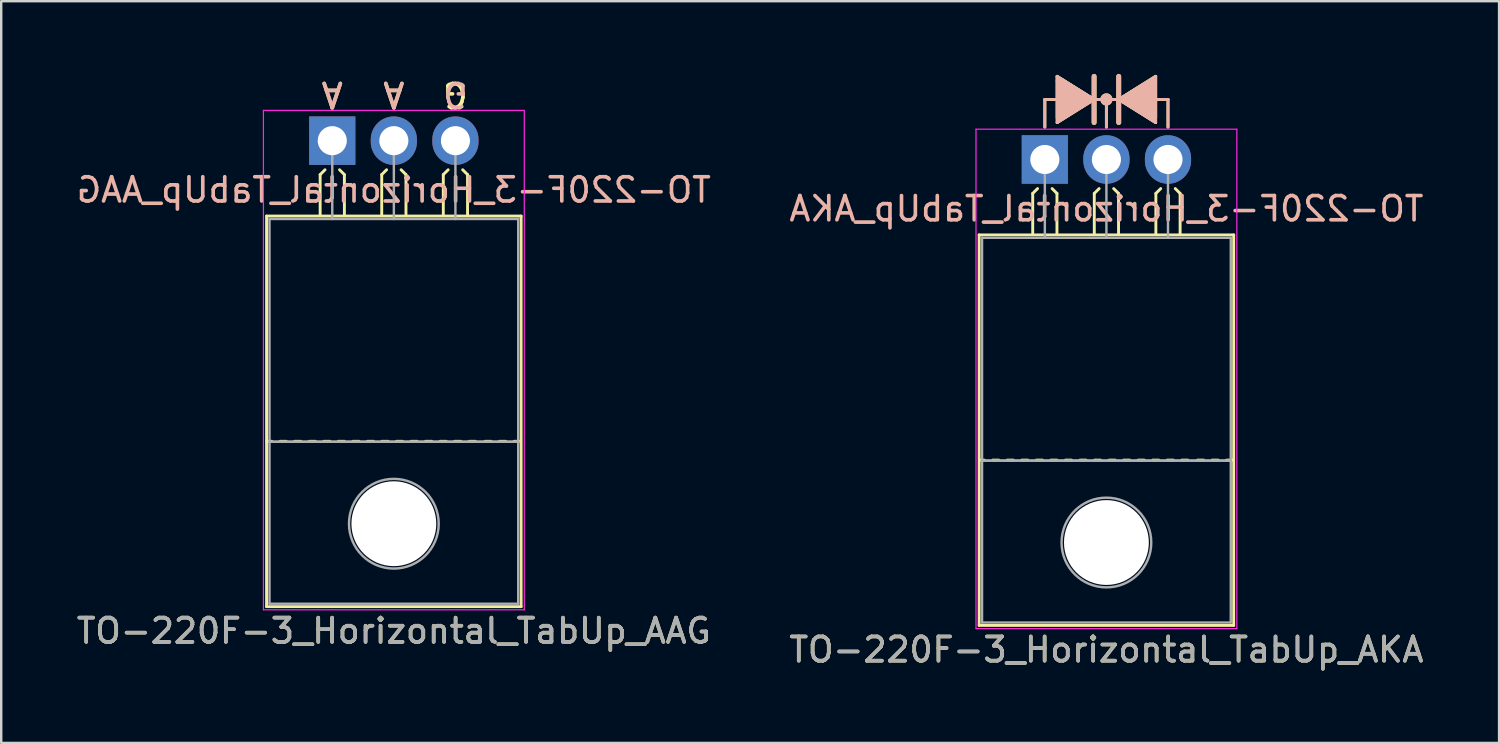
<source format=kicad_pcb>
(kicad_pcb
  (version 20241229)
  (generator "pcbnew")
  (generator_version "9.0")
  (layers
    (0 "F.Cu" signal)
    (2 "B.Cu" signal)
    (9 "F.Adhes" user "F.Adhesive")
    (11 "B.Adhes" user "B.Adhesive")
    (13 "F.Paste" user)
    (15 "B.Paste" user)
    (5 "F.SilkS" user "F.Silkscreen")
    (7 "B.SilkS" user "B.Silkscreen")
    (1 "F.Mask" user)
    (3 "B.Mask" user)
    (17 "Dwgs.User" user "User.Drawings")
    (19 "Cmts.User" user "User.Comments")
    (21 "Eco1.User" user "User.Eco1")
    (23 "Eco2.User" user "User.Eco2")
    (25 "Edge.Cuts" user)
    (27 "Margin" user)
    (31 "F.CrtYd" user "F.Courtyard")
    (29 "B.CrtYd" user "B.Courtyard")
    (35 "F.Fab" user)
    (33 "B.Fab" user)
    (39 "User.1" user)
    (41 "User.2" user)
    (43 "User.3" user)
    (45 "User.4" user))
  (footprint "TO-220F-3_Horizontal_TabUp_AKA"
    (layer "F.Cu")
    (at 40.049 3.529)
    (property "Reference" "TO-220F-3_Horizontal_TabUp_AKA" (at 2.54 20.22 0) (layer "F.SilkS") (effects (font (size 1 1) (thickness 0.15))))
    (fp_line (start -2.71 19.22) (end -2.71 3.11) (stroke (width 0.12) (type solid)) (layer "F.SilkS"))
    (fp_line (start -2.5 12.4) (end -2.7 12.4) (stroke (width 0.12) (type solid)) (layer "F.SilkS"))
    (fp_line (start -1.9 12.4) (end -2.15 12.4) (stroke (width 0.12) (type solid)) (layer "F.SilkS"))
    (fp_line (start -1.3 12.4) (end -1.55 12.4) (stroke (width 0.12) (type solid)) (layer "F.SilkS"))
    (fp_line (start -0.7 12.4) (end -0.95 12.4) (stroke (width 0.12) (type solid)) (layer "F.SilkS"))
    (fp_line (start -0.5 1.4) (end -0.3 1.2) (stroke (width 0.12) (type solid)) (layer "F.SilkS"))
    (fp_line (start -0.5 3.048) (end -0.5 1.4) (stroke (width 0.12) (type solid)) (layer "F.SilkS"))
    (fp_line (start -0.1 12.4) (end -0.35 12.4) (stroke (width 0.12) (type solid)) (layer "F.SilkS"))
    (fp_line (start 0 -2.477) (end 0.508 -2.477) (stroke (width 0.12) (type solid)) (layer "F.SilkS"))
    (fp_line (start 0 -1.333) (end 0 -2.477) (stroke (width 0.12) (type solid)) (layer "F.SilkS"))
    (fp_line (start 0.5 1.4) (end 0.3 1.2) (stroke (width 0.12) (type solid)) (layer "F.SilkS"))
    (fp_line (start 0.5 3.048) (end 0.5 1.4) (stroke (width 0.12) (type solid)) (layer "F.SilkS"))
    (fp_line (start 0.5 12.4) (end 0.25 12.4) (stroke (width 0.12) (type solid)) (layer "F.SilkS"))
    (fp_line (start 0.508 -3.429) (end 0.508 -1.524) (stroke (width 0.12) (type solid)) (layer "F.SilkS"))
    (fp_line (start 0.508 -1.524) (end 2.032 -2.477) (stroke (width 0.12) (type solid)) (layer "F.SilkS"))
    (fp_line (start 1.1 12.4) (end 0.85 12.4) (stroke (width 0.12) (type solid)) (layer "F.SilkS"))
    (fp_line (start 1.7 12.4) (end 1.45 12.4) (stroke (width 0.12) (type solid)) (layer "F.SilkS"))
    (fp_line (start 2.032 -2.477) (end 0.508 -3.429) (stroke (width 0.12) (type solid)) (layer "F.SilkS"))
    (fp_line (start 2.032 -1.524) (end 2.032 -3.429) (stroke (width 0.2) (type solid)) (layer "F.SilkS"))
    (fp_line (start 2.04 1.4) (end 2.24 1.2) (stroke (width 0.12) (type solid)) (layer "F.SilkS"))
    (fp_line (start 2.04 3.048) (end 2.04 1.4) (stroke (width 0.12) (type solid)) (layer "F.SilkS"))
    (fp_line (start 2.3 12.4) (end 2.05 12.4) (stroke (width 0.12) (type solid)) (layer "F.SilkS"))
    (fp_line (start 2.54 -2.477) (end 2.032 -2.477) (stroke (width 0.12) (type solid)) (layer "F.SilkS"))
    (fp_line (start 2.54 -2.477) (end 3.048 -2.477) (stroke (width 0.12) (type solid)) (layer "F.SilkS"))
    (fp_line (start 2.54 -1.333) (end 2.54 -2.477) (stroke (width 0.12) (type solid)) (layer "F.SilkS"))
    (fp_line (start 2.9 12.4) (end 2.65 12.4) (stroke (width 0.12) (type solid)) (layer "F.SilkS"))
    (fp_line (start 3.04 1.4) (end 2.84 1.2) (stroke (width 0.12) (type solid)) (layer "F.SilkS"))
    (fp_line (start 3.04 3.048) (end 3.04 1.4) (stroke (width 0.12) (type solid)) (layer "F.SilkS"))
    (fp_line (start 3.048 -3.429) (end 3.048 -1.524) (stroke (width 0.2) (type solid)) (layer "F.SilkS"))
    (fp_line (start 3.048 -2.477) (end 4.572 -3.429) (stroke (width 0.12) (type solid)) (layer "F.SilkS"))
    (fp_line (start 3.048 -2.477) (end 4.572 -1.524) (stroke (width 0.12) (type solid)) (layer "F.SilkS"))
    (fp_line (start 3.5 12.4) (end 3.25 12.4) (stroke (width 0.12) (type solid)) (layer "F.SilkS"))
    (fp_line (start 4.1 12.4) (end 3.85 12.4) (stroke (width 0.12) (type solid)) (layer "F.SilkS"))
    (fp_line (start 4.572 -3.239) (end 4.572 -3.429) (stroke (width 0.12) (type solid)) (layer "F.SilkS"))
    (fp_line (start 4.572 -1.714) (end 4.572 -3.239) (stroke (width 0.12) (type solid)) (layer "F.SilkS"))
    (fp_line (start 4.58 1.4) (end 4.78 1.2) (stroke (width 0.12) (type solid)) (layer "F.SilkS"))
    (fp_line (start 4.58 3.048) (end 4.58 1.4) (stroke (width 0.12) (type solid)) (layer "F.SilkS"))
    (fp_line (start 4.7 12.4) (end 4.45 12.4) (stroke (width 0.12) (type solid)) (layer "F.SilkS"))
    (fp_line (start 5.08 -2.477) (end 4.572 -2.477) (stroke (width 0.12) (type solid)) (layer "F.SilkS"))
    (fp_line (start 5.08 -1.333) (end 5.08 -2.477) (stroke (width 0.12) (type solid)) (layer "F.SilkS"))
    (fp_line (start 5.3 12.4) (end 5.05 12.4) (stroke (width 0.12) (type solid)) (layer "F.SilkS"))
    (fp_line (start 5.58 1.4) (end 5.38 1.2) (stroke (width 0.12) (type solid)) (layer "F.SilkS"))
    (fp_line (start 5.58 3.048) (end 5.58 1.4) (stroke (width 0.12) (type solid)) (layer "F.SilkS"))
    (fp_line (start 5.9 12.4) (end 5.65 12.4) (stroke (width 0.12) (type solid)) (layer "F.SilkS"))
    (fp_line (start 6.55 12.4) (end 6.3 12.4) (stroke (width 0.12) (type solid)) (layer "F.SilkS"))
    (fp_line (start 7.15 12.4) (end 6.9 12.4) (stroke (width 0.12) (type solid)) (layer "F.SilkS"))
    (fp_line (start 7.75 12.4) (end 7.5 12.4) (stroke (width 0.12) (type solid)) (layer "F.SilkS"))
    (fp_line (start 7.79 3.11) (end -2.71 3.11) (stroke (width 0.12) (type solid)) (layer "F.SilkS"))
    (fp_line (start 7.79 19.22) (end -2.71 19.22) (stroke (width 0.12) (type solid)) (layer "F.SilkS"))
    (fp_line (start 7.79 19.22) (end 7.79 3.11) (stroke (width 0.12) (type solid)) (layer "F.SilkS"))
    (fp_circle (center 2.54 -2.477) (end 2.54 -2.667) (stroke (width 0.12) (type solid)) (fill no) (layer "F.SilkS"))
    (fp_circle (center 2.54 -2.477) (end 2.54 -2.603) (stroke (width 0.12) (type solid)) (fill no) (layer "F.SilkS"))
    (fp_circle (center 2.54 -2.477) (end 2.54 -2.54) (stroke (width 0.12) (type solid)) (fill no) (layer "F.SilkS"))
    (fp_poly (pts (xy 0.508 -3.429) (xy 2.032 -2.477) (xy 0.508 -1.524)) (stroke (width 0.1) (type solid)) (fill yes) (layer "F.SilkS"))
    (fp_poly (pts (xy 3.048 -2.477) (xy 4.572 -3.429) (xy 4.572 -1.524)) (stroke (width 0.1) (type solid)) (fill yes) (layer "F.SilkS"))
    (fp_line (start 0 -2.477) (end 0.508 -2.477) (stroke (width 0.12) (type solid)) (layer "B.SilkS"))
    (fp_line (start 0 -1.333) (end 0 -2.477) (stroke (width 0.12) (type solid)) (layer "B.SilkS"))
    (fp_line (start 0.508 -3.239) (end 0.508 -3.429) (stroke (width 0.12) (type solid)) (layer "B.SilkS"))
    (fp_line (start 0.508 -1.714) (end 0.508 -3.239) (stroke (width 0.12) (type solid)) (layer "B.SilkS"))
    (fp_line (start 2.032 -3.429) (end 2.032 -1.524) (stroke (width 0.2) (type solid)) (layer "B.SilkS"))
    (fp_line (start 2.032 -2.477) (end 0.508 -3.429) (stroke (width 0.12) (type solid)) (layer "B.SilkS"))
    (fp_line (start 2.032 -2.477) (end 0.508 -1.524) (stroke (width 0.12) (type solid)) (layer "B.SilkS"))
    (fp_line (start 2.54 -2.477) (end 2.032 -2.477) (stroke (width 0.12) (type solid)) (layer "B.SilkS"))
    (fp_line (start 2.54 -2.477) (end 3.048 -2.477) (stroke (width 0.12) (type solid)) (layer "B.SilkS"))
    (fp_line (start 2.54 -1.333) (end 2.54 -2.477) (stroke (width 0.12) (type solid)) (layer "B.SilkS"))
    (fp_line (start 3.048 -2.477) (end 4.572 -3.429) (stroke (width 0.12) (type solid)) (layer "B.SilkS"))
    (fp_line (start 3.048 -1.524) (end 3.048 -3.429) (stroke (width 0.2) (type solid)) (layer "B.SilkS"))
    (fp_line (start 4.572 -3.429) (end 4.572 -1.524) (stroke (width 0.12) (type solid)) (layer "B.SilkS"))
    (fp_line (start 4.572 -1.524) (end 3.048 -2.477) (stroke (width 0.12) (type solid)) (layer "B.SilkS"))
    (fp_line (start 5.08 -2.477) (end 4.572 -2.477) (stroke (width 0.12) (type solid)) (layer "B.SilkS"))
    (fp_line (start 5.08 -1.333) (end 5.08 -2.477) (stroke (width 0.12) (type solid)) (layer "B.SilkS"))
    (fp_circle (center 2.54 -2.477) (end 2.54 -2.667) (stroke (width 0.12) (type solid)) (fill no) (layer "B.SilkS"))
    (fp_circle (center 2.54 -2.477) (end 2.54 -2.603) (stroke (width 0.12) (type solid)) (fill no) (layer "B.SilkS"))
    (fp_circle (center 2.54 -2.477) (end 2.54 -2.54) (stroke (width 0.12) (type solid)) (fill no) (layer "B.SilkS"))
    (fp_poly (pts (xy 2.032 -2.477) (xy 0.508 -3.429) (xy 0.508 -1.524)) (stroke (width 0.1) (type solid)) (fill yes) (layer "B.SilkS"))
    (fp_poly (pts (xy 4.572 -3.429) (xy 3.048 -2.477) (xy 4.572 -1.524)) (stroke (width 0.1) (type solid)) (fill yes) (layer "B.SilkS"))
    (fp_line (start -2.84 -1.25) (end -2.84 19.35) (stroke (width 0.05) (type solid)) (layer "F.CrtYd"))
    (fp_line (start -2.84 19.35) (end 7.92 19.35) (stroke (width 0.05) (type solid)) (layer "F.CrtYd"))
    (fp_line (start 7.92 -1.25) (end -2.84 -1.25) (stroke (width 0.05) (type solid)) (layer "F.CrtYd"))
    (fp_line (start 7.92 19.35) (end 7.92 -1.25) (stroke (width 0.05) (type solid)) (layer "F.CrtYd"))
    (fp_line (start -2.59 3.23) (end -2.59 12.42) (stroke (width 0.1) (type solid)) (layer "F.Fab"))
    (fp_line (start -2.59 12.42) (end -2.59 19.1) (stroke (width 0.1) (type solid)) (layer "F.Fab"))
    (fp_line (start -2.59 12.42) (end 7.67 12.42) (stroke (width 0.1) (type solid)) (layer "F.Fab"))
    (fp_line (start -2.59 19.1) (end 7.67 19.1) (stroke (width 0.1) (type solid)) (layer "F.Fab"))
    (fp_line (start 0 3.23) (end 0 0) (stroke (width 0.1) (type solid)) (layer "F.Fab"))
    (fp_line (start 2.54 3.23) (end 2.54 0) (stroke (width 0.1) (type solid)) (layer "F.Fab"))
    (fp_line (start 5.08 3.23) (end 5.08 0) (stroke (width 0.1) (type solid)) (layer "F.Fab"))
    (fp_line (start 7.67 3.23) (end -2.59 3.23) (stroke (width 0.1) (type solid)) (layer "F.Fab"))
    (fp_line (start 7.67 12.42) (end -2.59 12.42) (stroke (width 0.1) (type solid)) (layer "F.Fab"))
    (fp_line (start 7.67 12.42) (end 7.67 3.23) (stroke (width 0.1) (type solid)) (layer "F.Fab"))
    (fp_line (start 7.67 19.1) (end 7.67 12.42) (stroke (width 0.1) (type solid)) (layer "F.Fab"))
    (fp_circle (center 2.54 15.8) (end 4.39 15.8) (stroke (width 0.1) (type solid)) (fill no) (layer "F.Fab"))
    (fp_text user "${REFERENCE}" (at 2.54 2.032 0) (layer "B.SilkS") (effects (font (size 1 1) (thickness 0.15)) (justify mirror)))
    (fp_text user "${REFERENCE}" (at 2.54 20.22 0) (layer "F.Fab") (effects (font (size 1 1) (thickness 0.15))))
    (pad "" np_thru_hole oval (at 2.54 15.8) (size 3.5 3.5) (drill 3.5) (layers "*.Cu" "*.Mask"))
    (pad "1" thru_hole rect (at 0 0) (size 1.905 2) (drill 1.2) (layers "*.Cu" "*.Mask"))
    (pad "2" thru_hole oval (at 2.54 0) (size 1.905 2) (drill 1.2) (layers "*.Cu" "*.Mask"))
    (pad "3" thru_hole oval (at 5.08 0) (size 1.905 2) (drill 1.2) (layers "*.Cu" "*.Mask")))
  (footprint "TO-220F-3_Horizontal_TabUp_AAG"
    (layer "F.Cu")
    (at 10.656 2.753)
    (property "Reference" "TO-220F-3_Horizontal_TabUp_AAG" (at 2.54 20.22 0) (layer "F.SilkS") (effects (font (size 1 1) (thickness 0.15))))
    (fp_line (start -2.71 19.22) (end -2.71 3.11) (stroke (width 0.12) (type solid)) (layer "F.SilkS"))
    (fp_line (start -2.5 12.4) (end -2.7 12.4) (stroke (width 0.12) (type solid)) (layer "F.SilkS"))
    (fp_line (start -1.9 12.4) (end -2.15 12.4) (stroke (width 0.12) (type solid)) (layer "F.SilkS"))
    (fp_line (start -1.3 12.4) (end -1.55 12.4) (stroke (width 0.12) (type solid)) (layer "F.SilkS"))
    (fp_line (start -0.7 12.4) (end -0.95 12.4) (stroke (width 0.12) (type solid)) (layer "F.SilkS"))
    (fp_line (start -0.5 1.4) (end -0.3 1.2) (stroke (width 0.12) (type solid)) (layer "F.SilkS"))
    (fp_line (start -0.5 3.048) (end -0.5 1.4) (stroke (width 0.12) (type solid)) (layer "F.SilkS"))
    (fp_line (start -0.1 12.4) (end -0.35 12.4) (stroke (width 0.12) (type solid)) (layer "F.SilkS"))
    (fp_line (start 0.5 1.4) (end 0.3 1.2) (stroke (width 0.12) (type solid)) (layer "F.SilkS"))
    (fp_line (start 0.5 3.048) (end 0.5 1.4) (stroke (width 0.12) (type solid)) (layer "F.SilkS"))
    (fp_line (start 0.5 12.4) (end 0.25 12.4) (stroke (width 0.12) (type solid)) (layer "F.SilkS"))
    (fp_line (start 1.1 12.4) (end 0.85 12.4) (stroke (width 0.12) (type solid)) (layer "F.SilkS"))
    (fp_line (start 1.7 12.4) (end 1.45 12.4) (stroke (width 0.12) (type solid)) (layer "F.SilkS"))
    (fp_line (start 2.04 1.4) (end 2.24 1.2) (stroke (width 0.12) (type solid)) (layer "F.SilkS"))
    (fp_line (start 2.04 3.048) (end 2.04 1.4) (stroke (width 0.12) (type solid)) (layer "F.SilkS"))
    (fp_line (start 2.3 12.4) (end 2.05 12.4) (stroke (width 0.12) (type solid)) (layer "F.SilkS"))
    (fp_line (start 2.9 12.4) (end 2.65 12.4) (stroke (width 0.12) (type solid)) (layer "F.SilkS"))
    (fp_line (start 3.04 1.4) (end 2.84 1.2) (stroke (width 0.12) (type solid)) (layer "F.SilkS"))
    (fp_line (start 3.04 3.048) (end 3.04 1.4) (stroke (width 0.12) (type solid)) (layer "F.SilkS"))
    (fp_line (start 3.5 12.4) (end 3.25 12.4) (stroke (width 0.12) (type solid)) (layer "F.SilkS"))
    (fp_line (start 4.1 12.4) (end 3.85 12.4) (stroke (width 0.12) (type solid)) (layer "F.SilkS"))
    (fp_line (start 4.58 1.4) (end 4.78 1.2) (stroke (width 0.12) (type solid)) (layer "F.SilkS"))
    (fp_line (start 4.58 3.048) (end 4.58 1.4) (stroke (width 0.12) (type solid)) (layer "F.SilkS"))
    (fp_line (start 4.7 12.4) (end 4.45 12.4) (stroke (width 0.12) (type solid)) (layer "F.SilkS"))
    (fp_line (start 5.3 12.4) (end 5.05 12.4) (stroke (width 0.12) (type solid)) (layer "F.SilkS"))
    (fp_line (start 5.58 1.4) (end 5.38 1.2) (stroke (width 0.12) (type solid)) (layer "F.SilkS"))
    (fp_line (start 5.58 3.048) (end 5.58 1.4) (stroke (width 0.12) (type solid)) (layer "F.SilkS"))
    (fp_line (start 5.9 12.4) (end 5.65 12.4) (stroke (width 0.12) (type solid)) (layer "F.SilkS"))
    (fp_line (start 6.55 12.4) (end 6.3 12.4) (stroke (width 0.12) (type solid)) (layer "F.SilkS"))
    (fp_line (start 7.15 12.4) (end 6.9 12.4) (stroke (width 0.12) (type solid)) (layer "F.SilkS"))
    (fp_line (start 7.75 12.4) (end 7.5 12.4) (stroke (width 0.12) (type solid)) (layer "F.SilkS"))
    (fp_line (start 7.79 3.11) (end -2.71 3.11) (stroke (width 0.12) (type solid)) (layer "F.SilkS"))
    (fp_line (start 7.79 19.22) (end -2.71 19.22) (stroke (width 0.12) (type solid)) (layer "F.SilkS"))
    (fp_line (start 7.79 19.22) (end 7.79 3.11) (stroke (width 0.12) (type solid)) (layer "F.SilkS"))
    (fp_line (start -2.84 -1.25) (end -2.84 19.35) (stroke (width 0.05) (type solid)) (layer "F.CrtYd"))
    (fp_line (start -2.84 19.35) (end 7.92 19.35) (stroke (width 0.05) (type solid)) (layer "F.CrtYd"))
    (fp_line (start 7.92 -1.25) (end -2.84 -1.25) (stroke (width 0.05) (type solid)) (layer "F.CrtYd"))
    (fp_line (start 7.92 19.35) (end 7.92 -1.25) (stroke (width 0.05) (type solid)) (layer "F.CrtYd"))
    (fp_line (start -2.59 3.23) (end -2.59 12.42) (stroke (width 0.1) (type solid)) (layer "F.Fab"))
    (fp_line (start -2.59 12.42) (end -2.59 19.1) (stroke (width 0.1) (type solid)) (layer "F.Fab"))
    (fp_line (start -2.59 12.42) (end 7.67 12.42) (stroke (width 0.1) (type solid)) (layer "F.Fab"))
    (fp_line (start -2.59 19.1) (end 7.67 19.1) (stroke (width 0.1) (type solid)) (layer "F.Fab"))
    (fp_line (start 0 3.23) (end 0 0) (stroke (width 0.1) (type solid)) (layer "F.Fab"))
    (fp_line (start 2.54 3.23) (end 2.54 0) (stroke (width 0.1) (type solid)) (layer "F.Fab"))
    (fp_line (start 5.08 3.23) (end 5.08 0) (stroke (width 0.1) (type solid)) (layer "F.Fab"))
    (fp_line (start 7.67 3.23) (end -2.59 3.23) (stroke (width 0.1) (type solid)) (layer "F.Fab"))
    (fp_line (start 7.67 12.42) (end -2.59 12.42) (stroke (width 0.1) (type solid)) (layer "F.Fab"))
    (fp_line (start 7.67 12.42) (end 7.67 3.23) (stroke (width 0.1) (type solid)) (layer "F.Fab"))
    (fp_line (start 7.67 19.1) (end 7.67 12.42) (stroke (width 0.1) (type solid)) (layer "F.Fab"))
    (fp_circle (center 2.54 15.8) (end 4.39 15.8) (stroke (width 0.1) (type solid)) (fill no) (layer "F.Fab"))
    (fp_text user "A" (at 2.54 -1.905 180) (unlocked yes) (layer "F.SilkS") (effects (font (size 1 1) (thickness 0.15))))
    (fp_text user "A" (at 0 -1.905 180) (unlocked yes) (layer "F.SilkS") (effects (font (size 1 1) (thickness 0.15))))
    (fp_text user "G" (at 5.08 -1.905 180) (unlocked yes) (layer "F.SilkS") (effects (font (size 1 1) (thickness 0.15))))
    (fp_text user "A" (at 2.54 -1.905 180) (unlocked yes) (layer "B.SilkS") (effects (font (size 1 1) (thickness 0.15)) (justify mirror)))
    (fp_text user "${REFERENCE}" (at 2.54 2.032 0) (layer "B.SilkS") (effects (font (size 1 1) (thickness 0.15)) (justify mirror)))
    (fp_text user "G" (at 5.08 -1.905 180) (unlocked yes) (layer "B.SilkS") (effects (font (size 1 1) (thickness 0.15)) (justify mirror)))
    (fp_text user "A" (at 0 -1.905 180) (unlocked yes) (layer "B.SilkS") (effects (font (size 1 1) (thickness 0.15)) (justify mirror)))
    (fp_text user "${REFERENCE}" (at 2.54 20.22 0) (layer "F.Fab") (effects (font (size 1 1) (thickness 0.15))))
    (pad "" np_thru_hole oval (at 2.54 15.8) (size 3.5 3.5) (drill 3.5) (layers "*.Cu" "*.Mask"))
    (pad "1" thru_hole rect (at 0 0) (size 1.905 2) (drill 1.2) (layers "*.Cu" "*.Mask"))
    (pad "2" thru_hole oval (at 2.54 0) (size 1.905 2) (drill 1.2) (layers "*.Cu" "*.Mask"))
    (pad "3" thru_hole oval (at 5.08 0) (size 1.905 2) (drill 1.2) (layers "*.Cu" "*.Mask")))
  (gr_rect
    (start -3 -3)
    (end 58.786 27.597)
    (stroke (width 0.1) (type default))
    (fill no)
    (layer "Edge.Cuts")))
</source>
